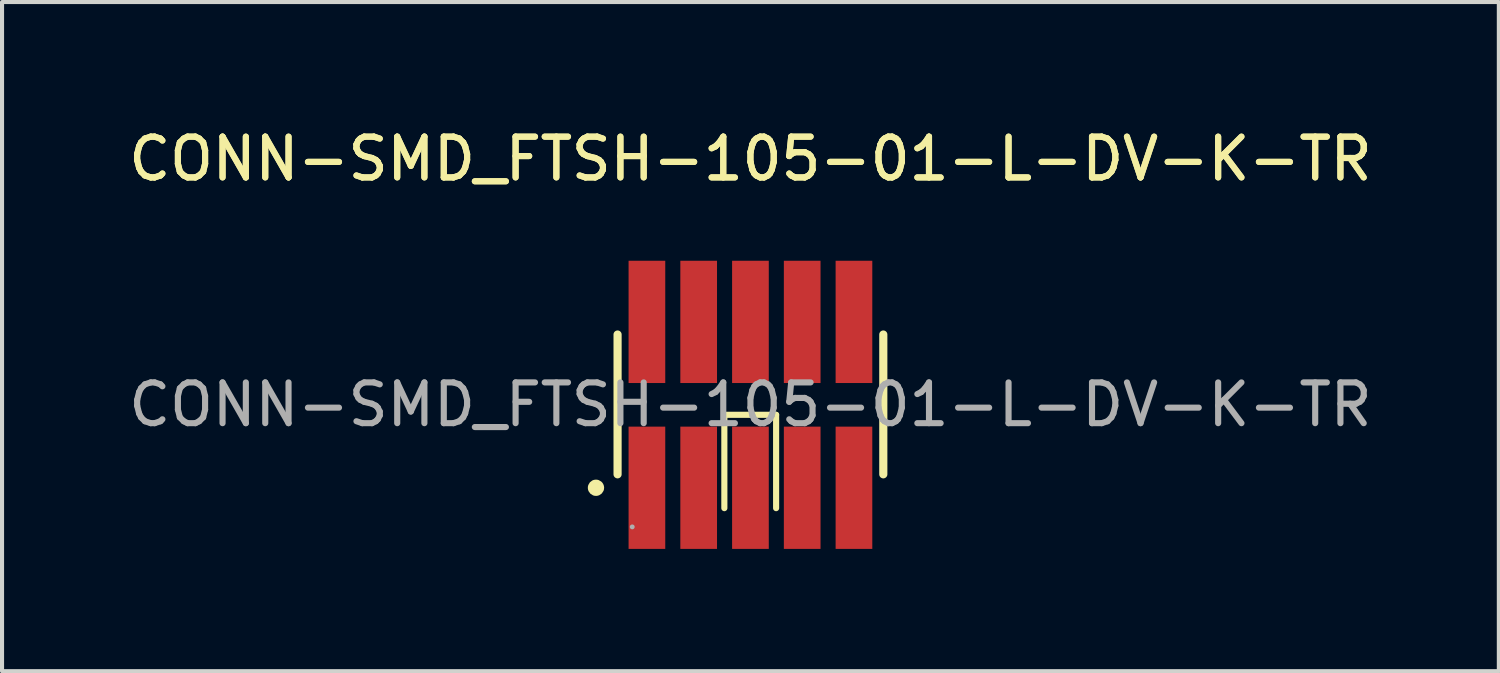
<source format=kicad_pcb>
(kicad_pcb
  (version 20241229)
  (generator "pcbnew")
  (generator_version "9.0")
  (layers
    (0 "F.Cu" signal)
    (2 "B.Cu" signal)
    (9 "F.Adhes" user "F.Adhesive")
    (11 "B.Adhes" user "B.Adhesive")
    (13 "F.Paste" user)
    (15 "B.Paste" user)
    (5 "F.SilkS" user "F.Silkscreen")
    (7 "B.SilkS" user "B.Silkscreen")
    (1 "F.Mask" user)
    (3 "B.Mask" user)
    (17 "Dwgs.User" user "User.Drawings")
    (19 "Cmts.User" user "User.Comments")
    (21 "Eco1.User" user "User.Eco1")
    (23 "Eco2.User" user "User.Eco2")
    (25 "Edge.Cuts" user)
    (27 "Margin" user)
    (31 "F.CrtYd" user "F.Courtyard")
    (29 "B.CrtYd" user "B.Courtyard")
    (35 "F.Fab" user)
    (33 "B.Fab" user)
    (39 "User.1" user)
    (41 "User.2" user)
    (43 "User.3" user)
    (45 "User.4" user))
  (footprint "CONN-SMD_FTSH-105-01-L-DV-K-TR"
    (layer "F.Cu")
    (at 15.363 6.878)
    (property "Reference" "CONN-SMD_FTSH-105-01-L-DV-K-TR" (at 0 -6.03 0) (layer "F.SilkS") (effects (font (size 1 1) (thickness 0.15))))
    (attr smd)
    (fp_line (start -3.26 1.71) (end -3.26 -1.72) (stroke (width 0.2) (type solid)) (layer "F.SilkS"))
    (fp_line (start -0.64 0.25) (end 0.63 0.25) (stroke (width 0.15) (type solid)) (layer "F.SilkS"))
    (fp_line (start -0.64 2.54) (end -0.64 0.25) (stroke (width 0.15) (type solid)) (layer "F.SilkS"))
    (fp_line (start 0.63 0.25) (end 0.63 2.54) (stroke (width 0.15) (type solid)) (layer "F.SilkS"))
    (fp_line (start 3.26 1.71) (end 3.26 -1.72) (stroke (width 0.2) (type solid)) (layer "F.SilkS"))
    (fp_arc (start -3.69 2.04) (mid -3.889875 2.044998) (end -3.6905 2.030016) (stroke (width 0.2) (type solid)) (layer "F.SilkS"))
    (fp_circle (center -2.9 3) (end -2.87 3) (stroke (width 0.06) (type solid)) (fill no) (layer "F.Fab"))
    (fp_text user "${REFERENCE}" (at 0 -6.03 0) (layer "F.SilkS") (effects (font (size 1 1) (thickness 0.15))))
    (fp_text user "${REFERENCE}" (at 0 0 0) (layer "F.Fab") (effects (font (size 1 1) (thickness 0.15))))
    (pad "1" smd rect (at -2.54 2.04) (size 0.9 3) (layers "F.Cu" "F.Mask" "F.Paste"))
    (pad "2" smd rect (at -2.54 -2.03) (size 0.9 3) (layers "F.Cu" "F.Mask" "F.Paste"))
    (pad "3" smd rect (at -1.27 2.04) (size 0.9 3) (layers "F.Cu" "F.Mask" "F.Paste"))
    (pad "4" smd rect (at -1.27 -2.03) (size 0.9 3) (layers "F.Cu" "F.Mask" "F.Paste"))
    (pad "5" smd rect (at 0 2.04) (size 0.9 3) (layers "F.Cu" "F.Mask" "F.Paste"))
    (pad "6" smd rect (at 0 -2.03) (size 0.9 3) (layers "F.Cu" "F.Mask" "F.Paste"))
    (pad "7" smd rect (at 1.27 2.04) (size 0.9 3) (layers "F.Cu" "F.Mask" "F.Paste"))
    (pad "8" smd rect (at 1.27 -2.03) (size 0.9 3) (layers "F.Cu" "F.Mask" "F.Paste"))
    (pad "9" smd rect (at 2.54 2.04) (size 0.9 3) (layers "F.Cu" "F.Mask" "F.Paste"))
    (pad "10" smd rect (at 2.54 -2.03) (size 0.9 3) (layers "F.Cu" "F.Mask" "F.Paste")))
  (gr_rect
    (start -3 -3)
    (end 33.726 13.418)
    (stroke (width 0.1) (type default))
    (fill no)
    (layer "Edge.Cuts")))
</source>
